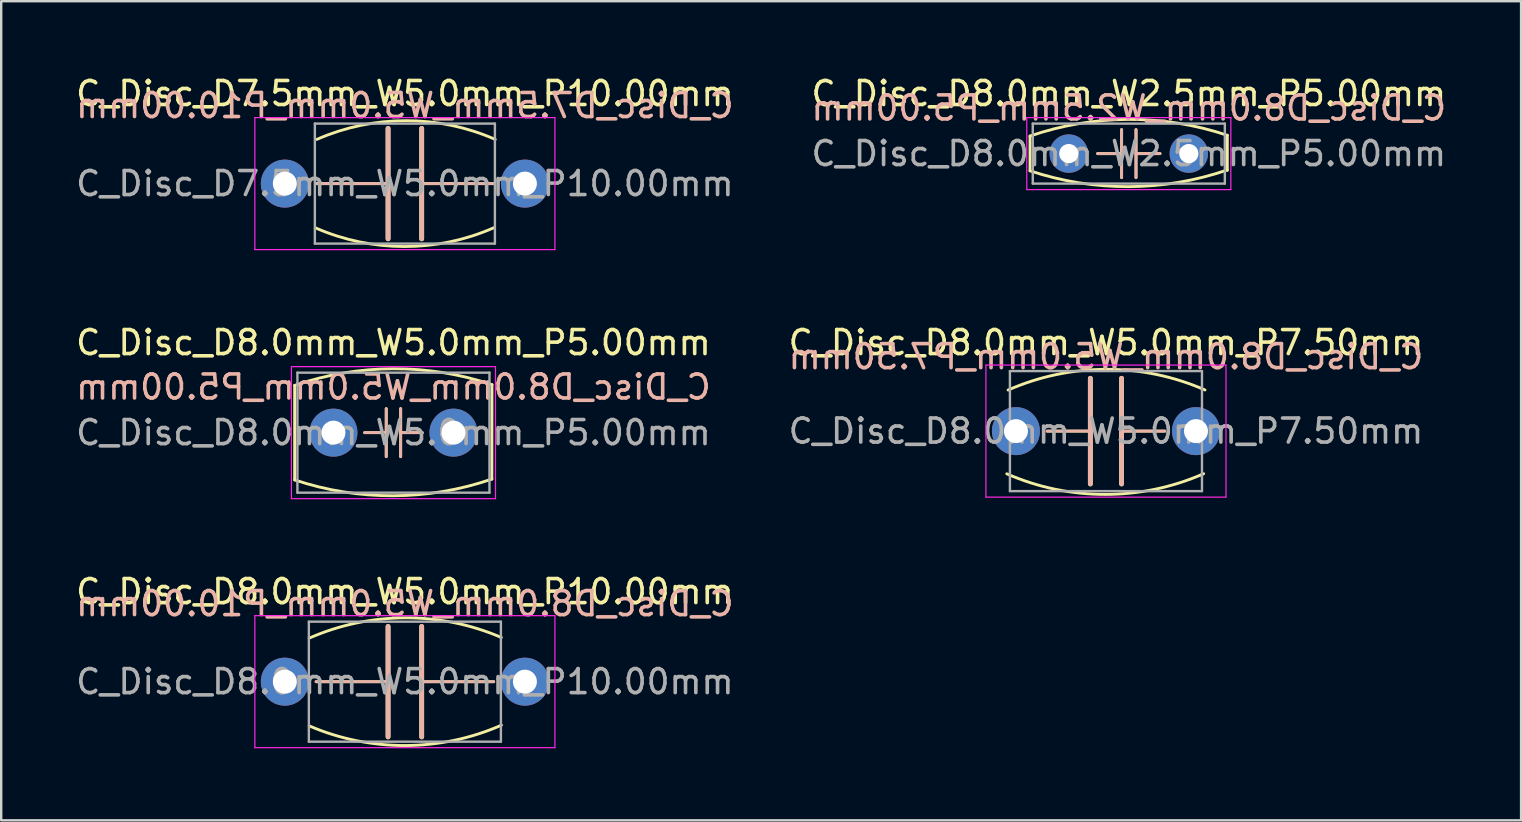
<source format=kicad_pcb>
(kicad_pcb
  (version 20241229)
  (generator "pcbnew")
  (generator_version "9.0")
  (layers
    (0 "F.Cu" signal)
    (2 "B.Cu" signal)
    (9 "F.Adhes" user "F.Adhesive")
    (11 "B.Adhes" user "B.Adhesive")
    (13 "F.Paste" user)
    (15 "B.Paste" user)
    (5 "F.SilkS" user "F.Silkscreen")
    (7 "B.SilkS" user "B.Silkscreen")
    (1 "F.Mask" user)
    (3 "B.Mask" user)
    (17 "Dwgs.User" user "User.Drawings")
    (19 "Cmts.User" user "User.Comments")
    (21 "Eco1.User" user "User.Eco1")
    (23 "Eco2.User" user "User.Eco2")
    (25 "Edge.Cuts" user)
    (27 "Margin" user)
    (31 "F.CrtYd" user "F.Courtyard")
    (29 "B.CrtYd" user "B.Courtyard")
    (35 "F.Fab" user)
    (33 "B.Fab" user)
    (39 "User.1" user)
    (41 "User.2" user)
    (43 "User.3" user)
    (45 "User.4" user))
  (footprint "C_Disc_D8.0mm_W5.0mm_P7.50mm"
    (layer "F.Cu")
    (at 39.268 14.908)
    (property "Reference" "C_Disc_D8.0mm_W5.0mm_P7.50mm" (at 3.75 -3.687 0) (layer "F.SilkS") (effects (font (size 1 1) (thickness 0.15))))
    (fp_line (start 1.3 0) (end 3.1 0) (stroke (width 0.12) (type solid)) (layer "F.SilkS"))
    (fp_line (start 3.1 0) (end 3.1 -2.2) (stroke (width 0.2) (type solid)) (layer "F.SilkS"))
    (fp_line (start 3.1 0) (end 3.1 2.2) (stroke (width 0.2) (type solid)) (layer "F.SilkS"))
    (fp_line (start 4.4 0) (end 4.4 -2.2) (stroke (width 0.2) (type solid)) (layer "F.SilkS"))
    (fp_line (start 4.4 0) (end 4.4 2.2) (stroke (width 0.2) (type solid)) (layer "F.SilkS"))
    (fp_line (start 4.4 0) (end 6.2 0) (stroke (width 0.12) (type solid)) (layer "F.SilkS"))
    (fp_arc (start -0.325738 -1.711198) (mid 3.773785 -2.57289) (end 7.874 -1.7145) (stroke (width 0.12) (type solid)) (layer "F.SilkS"))
    (fp_arc (start 7.818738 1.774698) (mid 3.719215 2.63639) (end -0.381 1.778) (stroke (width 0.12) (type solid)) (layer "F.SilkS"))
    (fp_line (start 1.3 0) (end 3.048 0) (stroke (width 0.12) (type solid)) (layer "B.SilkS"))
    (fp_line (start 3.1 0) (end 3.1 -2.2) (stroke (width 0.2) (type solid)) (layer "B.SilkS"))
    (fp_line (start 3.1 0) (end 3.1 2.2) (stroke (width 0.2) (type solid)) (layer "B.SilkS"))
    (fp_line (start 4.4 0) (end 4.4 -2.2) (stroke (width 0.2) (type solid)) (layer "B.SilkS"))
    (fp_line (start 4.4 0) (end 4.4 2.2) (stroke (width 0.2) (type solid)) (layer "B.SilkS"))
    (fp_line (start 4.445 0) (end 6.2 0) (stroke (width 0.12) (type solid)) (layer "B.SilkS"))
    (fp_line (start -1.25 -2.75) (end -1.25 2.75) (stroke (width 0.05) (type solid)) (layer "F.CrtYd"))
    (fp_line (start -1.25 2.75) (end 8.75 2.75) (stroke (width 0.05) (type solid)) (layer "F.CrtYd"))
    (fp_line (start 8.75 -2.75) (end -1.25 -2.75) (stroke (width 0.05) (type solid)) (layer "F.CrtYd"))
    (fp_line (start 8.75 2.75) (end 8.75 -2.75) (stroke (width 0.05) (type solid)) (layer "F.CrtYd"))
    (fp_line (start -0.25 -2.5) (end -0.25 2.5) (stroke (width 0.1) (type solid)) (layer "F.Fab"))
    (fp_line (start -0.25 2.5) (end 7.75 2.5) (stroke (width 0.1) (type solid)) (layer "F.Fab"))
    (fp_line (start 7.75 -2.5) (end -0.25 -2.5) (stroke (width 0.1) (type solid)) (layer "F.Fab"))
    (fp_line (start 7.75 2.5) (end 7.75 -2.5) (stroke (width 0.1) (type solid)) (layer "F.Fab"))
    (fp_text user "${REFERENCE}" (at 3.75 -3.1 0) (layer "B.SilkS") (effects (font (size 1 1) (thickness 0.15)) (justify mirror)))
    (fp_text user "${REFERENCE}" (at 3.75 0 0) (layer "F.Fab") (effects (font (size 1 1) (thickness 0.15))))
    (pad "1" thru_hole circle (at 0 0) (size 2 2) (drill 1) (layers "*.Cu" "*.Mask"))
    (pad "2" thru_hole circle (at 7.5 0) (size 2 2) (drill 1) (layers "*.Cu" "*.Mask")))
  (footprint "C_Disc_D8.0mm_W5.0mm_P10.00mm"
    (layer "F.Cu")
    (at 8.815 25.345)
    (property "Reference" "C_Disc_D8.0mm_W5.0mm_P10.00mm" (at 5 -3.75 0) (layer "F.SilkS") (effects (font (size 1 1) (thickness 0.15))))
    (fp_line (start 1.3 0) (end 4.3 0) (stroke (width 0.12) (type solid)) (layer "F.SilkS"))
    (fp_line (start 4.3 0) (end 4.3 -2.3) (stroke (width 0.2) (type solid)) (layer "F.SilkS"))
    (fp_line (start 4.3 0) (end 4.3 2.3) (stroke (width 0.2) (type solid)) (layer "F.SilkS"))
    (fp_line (start 5.7 0) (end 5.7 -2.3) (stroke (width 0.2) (type solid)) (layer "F.SilkS"))
    (fp_line (start 5.7 0) (end 5.7 2.3) (stroke (width 0.2) (type solid)) (layer "F.SilkS"))
    (fp_line (start 5.7 0) (end 8.7 0) (stroke (width 0.12) (type solid)) (layer "F.SilkS"))
    (fp_arc (start 1.011473 -1.81222) (mid 5.01119 -2.659733) (end 9.017 -1.8415) (stroke (width 0.12) (type solid)) (layer "F.SilkS"))
    (fp_arc (start 9.021527 1.81222) (mid 5.02181 2.659733) (end 1.016 1.8415) (stroke (width 0.12) (type solid)) (layer "F.SilkS"))
    (fp_line (start 1.3 0) (end 4.3 0) (stroke (width 0.12) (type solid)) (layer "B.SilkS"))
    (fp_line (start 4.3 0) (end 4.3 -2.3) (stroke (width 0.2) (type solid)) (layer "B.SilkS"))
    (fp_line (start 4.3 0) (end 4.3 2.3) (stroke (width 0.2) (type solid)) (layer "B.SilkS"))
    (fp_line (start 5.7 0) (end 5.7 -2.3) (stroke (width 0.2) (type solid)) (layer "B.SilkS"))
    (fp_line (start 5.7 0) (end 5.7 2.3) (stroke (width 0.2) (type solid)) (layer "B.SilkS"))
    (fp_line (start 5.7 0) (end 8.7 0) (stroke (width 0.12) (type solid)) (layer "B.SilkS"))
    (fp_line (start -1.25 -2.75) (end -1.25 2.75) (stroke (width 0.05) (type solid)) (layer "F.CrtYd"))
    (fp_line (start -1.25 2.75) (end 11.25 2.75) (stroke (width 0.05) (type solid)) (layer "F.CrtYd"))
    (fp_line (start 11.25 -2.75) (end -1.25 -2.75) (stroke (width 0.05) (type solid)) (layer "F.CrtYd"))
    (fp_line (start 11.25 2.75) (end 11.25 -2.75) (stroke (width 0.05) (type solid)) (layer "F.CrtYd"))
    (fp_line (start 1 -2.5) (end 1 2.5) (stroke (width 0.1) (type solid)) (layer "F.Fab"))
    (fp_line (start 1 2.5) (end 9 2.5) (stroke (width 0.1) (type solid)) (layer "F.Fab"))
    (fp_line (start 9 -2.5) (end 1 -2.5) (stroke (width 0.1) (type solid)) (layer "F.Fab"))
    (fp_line (start 9 2.5) (end 9 -2.5) (stroke (width 0.1) (type solid)) (layer "F.Fab"))
    (fp_text user "${REFERENCE}" (at 5 -3.25 0) (layer "B.SilkS") (effects (font (size 1 1) (thickness 0.15)) (justify mirror)))
    (fp_text user "${REFERENCE}" (at 5 0 0) (layer "F.Fab") (effects (font (size 1 1) (thickness 0.15))))
    (pad "1" thru_hole circle (at 0 0) (size 2 2) (drill 1) (layers "*.Cu" "*.Mask"))
    (pad "2" thru_hole circle (at 10 0) (size 2 2) (drill 1) (layers "*.Cu" "*.Mask")))
  (footprint "C_Disc_D7.5mm_W5.0mm_P10.00mm"
    (layer "F.Cu")
    (at 8.815 4.598)
    (property "Reference" "C_Disc_D7.5mm_W5.0mm_P10.00mm" (at 5 -3.75 0) (layer "F.SilkS") (effects (font (size 1 1) (thickness 0.15))))
    (fp_line (start 1.3 0) (end 4.3 0) (stroke (width 0.12) (type solid)) (layer "F.SilkS"))
    (fp_line (start 4.3 0) (end 4.3 -2.3) (stroke (width 0.2) (type solid)) (layer "F.SilkS"))
    (fp_line (start 4.3 0) (end 4.3 2.3) (stroke (width 0.2) (type solid)) (layer "F.SilkS"))
    (fp_line (start 5.7 0) (end 5.7 -2.3) (stroke (width 0.2) (type solid)) (layer "F.SilkS"))
    (fp_line (start 5.7 0) (end 5.7 2.3) (stroke (width 0.2) (type solid)) (layer "F.SilkS"))
    (fp_line (start 5.7 0) (end 8.7 0) (stroke (width 0.12) (type solid)) (layer "F.SilkS"))
    (fp_arc (start 1.333384 -1.8415) (mid 5.04822 -2.621484) (end 8.763 -1.841237) (stroke (width 0.12) (type solid)) (layer "F.SilkS"))
    (fp_arc (start 8.6995 1.8415) (mid 4.984664 2.621484) (end 1.269884 1.841237) (stroke (width 0.12) (type solid)) (layer "F.SilkS"))
    (fp_line (start 1.3 0) (end 4.3 0) (stroke (width 0.12) (type solid)) (layer "B.SilkS"))
    (fp_line (start 4.3 0) (end 4.3 -2.3) (stroke (width 0.2) (type solid)) (layer "B.SilkS"))
    (fp_line (start 4.3 0) (end 4.3 2.3) (stroke (width 0.2) (type solid)) (layer "B.SilkS"))
    (fp_line (start 5.7 0) (end 5.7 -2.3) (stroke (width 0.2) (type solid)) (layer "B.SilkS"))
    (fp_line (start 5.7 0) (end 5.7 2.3) (stroke (width 0.2) (type solid)) (layer "B.SilkS"))
    (fp_line (start 5.7 0) (end 8.7 0) (stroke (width 0.12) (type solid)) (layer "B.SilkS"))
    (fp_line (start -1.25 -2.75) (end -1.25 2.75) (stroke (width 0.05) (type solid)) (layer "F.CrtYd"))
    (fp_line (start -1.25 2.75) (end 11.25 2.75) (stroke (width 0.05) (type solid)) (layer "F.CrtYd"))
    (fp_line (start 11.25 -2.75) (end -1.25 -2.75) (stroke (width 0.05) (type solid)) (layer "F.CrtYd"))
    (fp_line (start 11.25 2.75) (end 11.25 -2.75) (stroke (width 0.05) (type solid)) (layer "F.CrtYd"))
    (fp_line (start 1.25 -2.5) (end 1.25 2.5) (stroke (width 0.1) (type solid)) (layer "F.Fab"))
    (fp_line (start 1.25 2.5) (end 8.75 2.5) (stroke (width 0.1) (type solid)) (layer "F.Fab"))
    (fp_line (start 8.75 -2.5) (end 1.25 -2.5) (stroke (width 0.1) (type solid)) (layer "F.Fab"))
    (fp_line (start 8.75 2.5) (end 8.75 -2.5) (stroke (width 0.1) (type solid)) (layer "F.Fab"))
    (fp_text user "${REFERENCE}" (at 5 -3.25 0) (layer "B.SilkS") (effects (font (size 1 1) (thickness 0.15)) (justify mirror)))
    (fp_text user "${REFERENCE}" (at 5 0 0) (layer "F.Fab") (effects (font (size 1 1) (thickness 0.15))))
    (pad "1" thru_hole circle (at 0 0) (size 2 2) (drill 1) (layers "*.Cu" "*.Mask"))
    (pad "2" thru_hole circle (at 10 0) (size 2 2) (drill 1) (layers "*.Cu" "*.Mask")))
  (footprint "C_Disc_D8.0mm_W5.0mm_P5.00mm"
    (layer "F.Cu")
    (at 10.839 14.972)
    (property "Reference" "C_Disc_D8.0mm_W5.0mm_P5.00mm" (at 2.5 -3.75 0) (layer "F.SilkS") (effects (font (size 1 1) (thickness 0.15))))
    (fp_line (start -1.615 -1.968) (end -1.615 1.968) (stroke (width 0.12) (type solid)) (layer "F.SilkS"))
    (fp_line (start 1.3 0) (end 2.2 0) (stroke (width 0.12) (type solid)) (layer "F.SilkS"))
    (fp_line (start 2.2 0) (end 2.2 -1) (stroke (width 0.12) (type solid)) (layer "F.SilkS"))
    (fp_line (start 2.2 0) (end 2.2 1) (stroke (width 0.12) (type solid)) (layer "F.SilkS"))
    (fp_line (start 2.8 -1) (end 2.8 1) (stroke (width 0.12) (type solid)) (layer "F.SilkS"))
    (fp_line (start 2.8 0) (end 3.7 0) (stroke (width 0.12) (type solid)) (layer "F.SilkS"))
    (fp_line (start 6.599 1.935) (end 6.604 -1.999) (stroke (width 0.12) (type solid)) (layer "F.SilkS"))
    (fp_arc (start -1.614989 -1.9685) (mid 2.491959 -2.66205) (end 6.604 -1.999369) (stroke (width 0.12) (type solid)) (layer "F.SilkS"))
    (fp_arc (start 6.598727 1.934978) (mid 2.494632 2.628733) (end -1.614989 1.9685) (stroke (width 0.12) (type solid)) (layer "F.SilkS"))
    (fp_line (start 1.3 0) (end 2.2 0) (stroke (width 0.12) (type solid)) (layer "B.SilkS"))
    (fp_line (start 2.2 0) (end 2.2 -1) (stroke (width 0.12) (type solid)) (layer "B.SilkS"))
    (fp_line (start 2.2 0) (end 2.2 1) (stroke (width 0.12) (type solid)) (layer "B.SilkS"))
    (fp_line (start 2.8 0) (end 3.7 0) (stroke (width 0.12) (type solid)) (layer "B.SilkS"))
    (fp_line (start 2.8 1) (end 2.8 -1) (stroke (width 0.12) (type solid)) (layer "B.SilkS"))
    (fp_line (start -1.75 -2.75) (end -1.75 2.75) (stroke (width 0.05) (type solid)) (layer "F.CrtYd"))
    (fp_line (start -1.75 2.75) (end 6.75 2.75) (stroke (width 0.05) (type solid)) (layer "F.CrtYd"))
    (fp_line (start 6.75 -2.75) (end -1.75 -2.75) (stroke (width 0.05) (type solid)) (layer "F.CrtYd"))
    (fp_line (start 6.75 2.75) (end 6.75 -2.75) (stroke (width 0.05) (type solid)) (layer "F.CrtYd"))
    (fp_line (start -1.5 -2.5) (end -1.5 2.5) (stroke (width 0.1) (type solid)) (layer "F.Fab"))
    (fp_line (start -1.5 2.5) (end 6.5 2.5) (stroke (width 0.1) (type solid)) (layer "F.Fab"))
    (fp_line (start 6.5 -2.5) (end -1.5 -2.5) (stroke (width 0.1) (type solid)) (layer "F.Fab"))
    (fp_line (start 6.5 2.5) (end 6.5 -2.5) (stroke (width 0.1) (type solid)) (layer "F.Fab"))
    (fp_text user "${REFERENCE}" (at 2.5 -1.9 0) (layer "B.SilkS") (effects (font (size 1 1) (thickness 0.15)) (justify mirror)))
    (fp_text user "${REFERENCE}" (at 2.5 0 0) (layer "F.Fab") (effects (font (size 1 1) (thickness 0.15))))
    (pad "1" thru_hole circle (at 0 0) (size 2 2) (drill 1) (layers "*.Cu" "*.Mask"))
    (pad "2" thru_hole circle (at 5 0) (size 2 2) (drill 1) (layers "*.Cu" "*.Mask")))
  (footprint "C_Disc_D8.0mm_W2.5mm_P5.00mm"
    (layer "F.Cu")
    (at 41.47 3.348)
    (property "Reference" "C_Disc_D8.0mm_W2.5mm_P5.00mm" (at 2.5 -2.5 0) (layer "F.SilkS") (effects (font (size 1 1) (thickness 0.15))))
    (fp_line (start -1.615 -0.731) (end -1.615 0.717) (stroke (width 0.12) (type solid)) (layer "F.SilkS"))
    (fp_line (start 1.2 0) (end 2.2 0) (stroke (width 0.12) (type solid)) (layer "F.SilkS"))
    (fp_line (start 2.2 0) (end 2.2 -1) (stroke (width 0.12) (type solid)) (layer "F.SilkS"))
    (fp_line (start 2.2 0) (end 2.2 1) (stroke (width 0.12) (type solid)) (layer "F.SilkS"))
    (fp_line (start 2.8 -1) (end 2.8 1) (stroke (width 0.12) (type solid)) (layer "F.SilkS"))
    (fp_line (start 2.8 0) (end 3.8 0) (stroke (width 0.12) (type solid)) (layer "F.SilkS"))
    (fp_line (start 6.604 0.699) (end 6.604 -0.762) (stroke (width 0.12) (type solid)) (layer "F.SilkS"))
    (fp_arc (start -1.614989 -0.731131) (mid 2.491959 -1.424681) (end 6.604 -0.762) (stroke (width 0.12) (type solid)) (layer "F.SilkS"))
    (fp_arc (start 6.598727 0.683147) (mid 2.494632 1.376902) (end -1.614989 0.716669) (stroke (width 0.12) (type solid)) (layer "F.SilkS"))
    (fp_line (start 1.2 0) (end 2.2 0) (stroke (width 0.12) (type solid)) (layer "B.SilkS"))
    (fp_line (start 2.2 0) (end 2.2 -1) (stroke (width 0.12) (type solid)) (layer "B.SilkS"))
    (fp_line (start 2.2 0) (end 2.2 1) (stroke (width 0.12) (type solid)) (layer "B.SilkS"))
    (fp_line (start 2.8 0) (end 3.8 0) (stroke (width 0.12) (type solid)) (layer "B.SilkS"))
    (fp_line (start 2.8 1) (end 2.8 -1) (stroke (width 0.12) (type solid)) (layer "B.SilkS"))
    (fp_line (start -1.75 -1.5) (end -1.75 1.5) (stroke (width 0.05) (type solid)) (layer "F.CrtYd"))
    (fp_line (start -1.75 1.5) (end 6.75 1.5) (stroke (width 0.05) (type solid)) (layer "F.CrtYd"))
    (fp_line (start 6.75 -1.5) (end -1.75 -1.5) (stroke (width 0.05) (type solid)) (layer "F.CrtYd"))
    (fp_line (start 6.75 1.5) (end 6.75 -1.5) (stroke (width 0.05) (type solid)) (layer "F.CrtYd"))
    (fp_line (start -1.5 -1.25) (end -1.5 1.25) (stroke (width 0.1) (type solid)) (layer "F.Fab"))
    (fp_line (start -1.5 1.25) (end 6.5 1.25) (stroke (width 0.1) (type solid)) (layer "F.Fab"))
    (fp_line (start 6.5 -1.25) (end -1.5 -1.25) (stroke (width 0.1) (type solid)) (layer "F.Fab"))
    (fp_line (start 6.5 1.25) (end 6.5 -1.25) (stroke (width 0.1) (type solid)) (layer "F.Fab"))
    (fp_text user "${REFERENCE}" (at 2.5 -1.9 0) (layer "B.SilkS") (effects (font (size 1 1) (thickness 0.15)) (justify mirror)))
    (fp_text user "${REFERENCE}" (at 2.5 0 0) (layer "F.Fab") (effects (font (size 1 1) (thickness 0.15))))
    (pad "1" thru_hole circle (at 0 0) (size 1.6 1.6) (drill 0.8) (layers "*.Cu" "*.Mask"))
    (pad "2" thru_hole circle (at 5 0) (size 1.6 1.6) (drill 0.8) (layers "*.Cu" "*.Mask")))
  (gr_rect
    (start -3 -3)
    (end 60.31 31.12)
    (stroke (width 0.1) (type default))
    (fill no)
    (layer "Edge.Cuts")))
</source>
